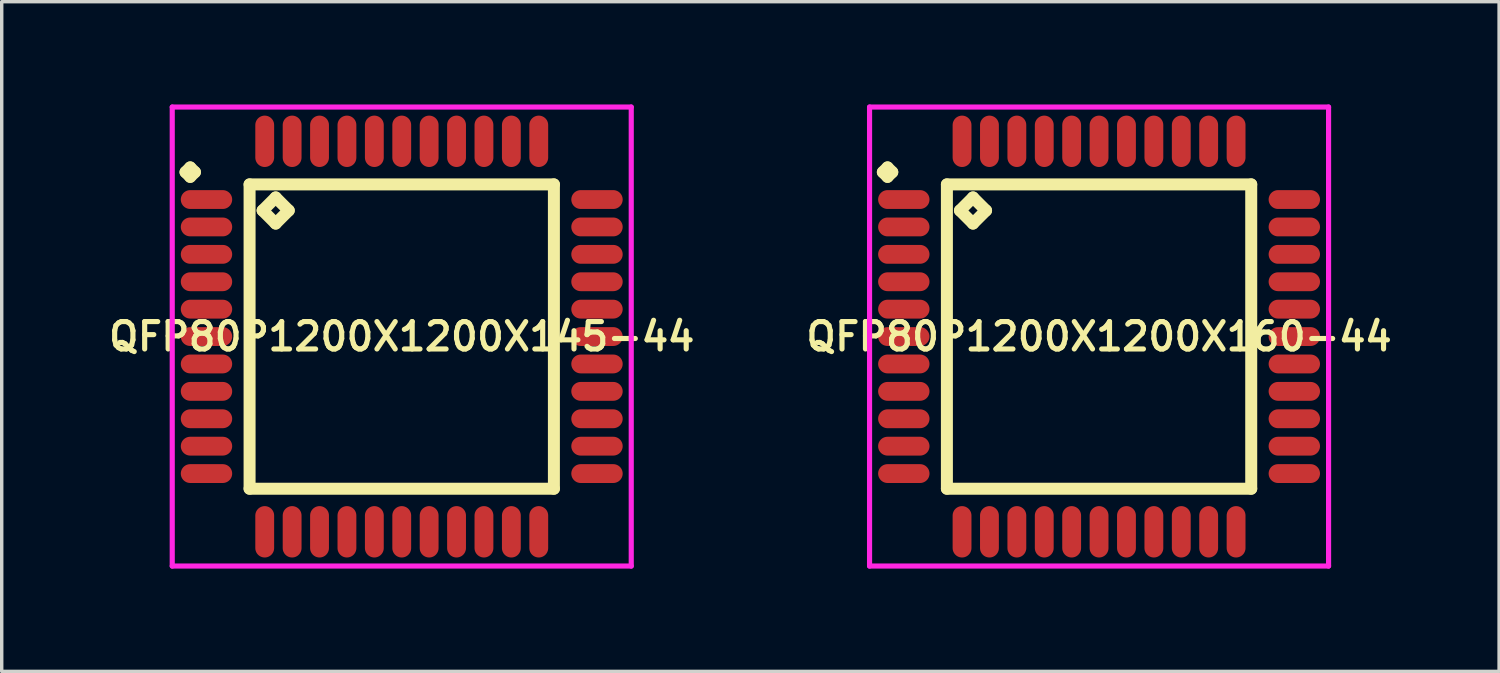
<source format=kicad_pcb>
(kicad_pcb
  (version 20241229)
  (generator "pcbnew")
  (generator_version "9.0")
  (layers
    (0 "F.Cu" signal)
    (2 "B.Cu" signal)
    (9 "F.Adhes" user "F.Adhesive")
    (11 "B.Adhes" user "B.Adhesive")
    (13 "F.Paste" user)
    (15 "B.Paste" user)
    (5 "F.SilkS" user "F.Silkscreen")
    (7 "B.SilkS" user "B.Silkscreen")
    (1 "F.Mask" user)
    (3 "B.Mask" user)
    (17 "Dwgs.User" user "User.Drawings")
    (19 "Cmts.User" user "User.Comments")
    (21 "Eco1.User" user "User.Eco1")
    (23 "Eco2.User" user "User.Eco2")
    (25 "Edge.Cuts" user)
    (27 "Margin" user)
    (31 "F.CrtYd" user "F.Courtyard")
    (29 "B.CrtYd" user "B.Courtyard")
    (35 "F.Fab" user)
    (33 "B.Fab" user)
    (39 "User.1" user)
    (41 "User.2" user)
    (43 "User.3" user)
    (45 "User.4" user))
  (footprint "QFP80P1200X1200X145-44"
    (layer "F.Cu")
    (at 8.678 6.775)
    (property "Reference" "QFP80P1200X1200X145-44" (at 0 0 0) (layer "F.SilkS") (effects (font (size 0.8 0.8) (thickness 0.15))))
    (attr smd)
    (fp_line (start -6.312 -4.8) (end -6.175 -4.938) (stroke (width 0.35) (type solid)) (layer "F.SilkS"))
    (fp_line (start -6.175 -4.938) (end -6.037 -4.8) (stroke (width 0.35) (type solid)) (layer "F.SilkS"))
    (fp_line (start -6.175 -4.662) (end -6.312 -4.8) (stroke (width 0.35) (type solid)) (layer "F.SilkS"))
    (fp_line (start -6.037 -4.8) (end -6.175 -4.662) (stroke (width 0.35) (type solid)) (layer "F.SilkS"))
    (fp_line (start -4.442 -4.442) (end -4.442 4.442) (stroke (width 0.35) (type solid)) (layer "F.SilkS"))
    (fp_line (start -4.442 4.442) (end 4.442 4.442) (stroke (width 0.35) (type solid)) (layer "F.SilkS"))
    (fp_line (start -4.061 -3.68) (end -3.68 -4.061) (stroke (width 0.35) (type solid)) (layer "F.SilkS"))
    (fp_line (start -3.68 -4.061) (end -3.299 -3.68) (stroke (width 0.35) (type solid)) (layer "F.SilkS"))
    (fp_line (start -3.68 -3.299) (end -4.061 -3.68) (stroke (width 0.35) (type solid)) (layer "F.SilkS"))
    (fp_line (start -3.299 -3.68) (end -3.68 -3.299) (stroke (width 0.35) (type solid)) (layer "F.SilkS"))
    (fp_line (start 4.442 -4.442) (end -4.442 -4.442) (stroke (width 0.35) (type solid)) (layer "F.SilkS"))
    (fp_line (start 4.442 4.442) (end 4.442 -4.442) (stroke (width 0.35) (type solid)) (layer "F.SilkS"))
    (fp_line (start -6.7 -6.7) (end 6.7 -6.7) (stroke (width 0.15) (type solid)) (layer "F.CrtYd"))
    (fp_line (start -6.7 6.7) (end -6.7 -6.7) (stroke (width 0.15) (type solid)) (layer "F.CrtYd"))
    (fp_line (start 6.7 -6.7) (end 6.7 6.7) (stroke (width 0.15) (type solid)) (layer "F.CrtYd"))
    (fp_line (start 6.7 6.7) (end -6.7 6.7) (stroke (width 0.15) (type solid)) (layer "F.CrtYd"))
    (pad "1" smd oval (at -5.7 -4) (size 1.5 0.55) (layers "F.Cu" "F.Mask" "F.Paste"))
    (pad "2" smd oval (at -5.7 -3.2) (size 1.5 0.55) (layers "F.Cu" "F.Mask" "F.Paste"))
    (pad "3" smd oval (at -5.7 -2.4) (size 1.5 0.55) (layers "F.Cu" "F.Mask" "F.Paste"))
    (pad "4" smd oval (at -5.7 -1.6) (size 1.5 0.55) (layers "F.Cu" "F.Mask" "F.Paste"))
    (pad "5" smd oval (at -5.7 -0.8) (size 1.5 0.55) (layers "F.Cu" "F.Mask" "F.Paste"))
    (pad "6" smd oval (at -5.7 0) (size 1.5 0.55) (layers "F.Cu" "F.Mask" "F.Paste"))
    (pad "7" smd oval (at -5.7 0.8) (size 1.5 0.55) (layers "F.Cu" "F.Mask" "F.Paste"))
    (pad "8" smd oval (at -5.7 1.6) (size 1.5 0.55) (layers "F.Cu" "F.Mask" "F.Paste"))
    (pad "9" smd oval (at -5.7 2.4) (size 1.5 0.55) (layers "F.Cu" "F.Mask" "F.Paste"))
    (pad "10" smd oval (at -5.7 3.2) (size 1.5 0.55) (layers "F.Cu" "F.Mask" "F.Paste"))
    (pad "11" smd oval (at -5.7 4) (size 1.5 0.55) (layers "F.Cu" "F.Mask" "F.Paste"))
    (pad "12" smd oval (at -4 5.7) (size 0.55 1.5) (layers "F.Cu" "F.Mask" "F.Paste"))
    (pad "13" smd oval (at -3.2 5.7) (size 0.55 1.5) (layers "F.Cu" "F.Mask" "F.Paste"))
    (pad "14" smd oval (at -2.4 5.7) (size 0.55 1.5) (layers "F.Cu" "F.Mask" "F.Paste"))
    (pad "15" smd oval (at -1.6 5.7) (size 0.55 1.5) (layers "F.Cu" "F.Mask" "F.Paste"))
    (pad "16" smd oval (at -0.8 5.7) (size 0.55 1.5) (layers "F.Cu" "F.Mask" "F.Paste"))
    (pad "17" smd oval (at 0 5.7) (size 0.55 1.5) (layers "F.Cu" "F.Mask" "F.Paste"))
    (pad "18" smd oval (at 0.8 5.7) (size 0.55 1.5) (layers "F.Cu" "F.Mask" "F.Paste"))
    (pad "19" smd oval (at 1.6 5.7) (size 0.55 1.5) (layers "F.Cu" "F.Mask" "F.Paste"))
    (pad "20" smd oval (at 2.4 5.7) (size 0.55 1.5) (layers "F.Cu" "F.Mask" "F.Paste"))
    (pad "21" smd oval (at 3.2 5.7) (size 0.55 1.5) (layers "F.Cu" "F.Mask" "F.Paste"))
    (pad "22" smd oval (at 4 5.7) (size 0.55 1.5) (layers "F.Cu" "F.Mask" "F.Paste"))
    (pad "23" smd oval (at 5.7 4) (size 1.5 0.55) (layers "F.Cu" "F.Mask" "F.Paste"))
    (pad "24" smd oval (at 5.7 3.2) (size 1.5 0.55) (layers "F.Cu" "F.Mask" "F.Paste"))
    (pad "25" smd oval (at 5.7 2.4) (size 1.5 0.55) (layers "F.Cu" "F.Mask" "F.Paste"))
    (pad "26" smd oval (at 5.7 1.6) (size 1.5 0.55) (layers "F.Cu" "F.Mask" "F.Paste"))
    (pad "27" smd oval (at 5.7 0.8) (size 1.5 0.55) (layers "F.Cu" "F.Mask" "F.Paste"))
    (pad "28" smd oval (at 5.7 0) (size 1.5 0.55) (layers "F.Cu" "F.Mask" "F.Paste"))
    (pad "29" smd oval (at 5.7 -0.8) (size 1.5 0.55) (layers "F.Cu" "F.Mask" "F.Paste"))
    (pad "30" smd oval (at 5.7 -1.6) (size 1.5 0.55) (layers "F.Cu" "F.Mask" "F.Paste"))
    (pad "31" smd oval (at 5.7 -2.4) (size 1.5 0.55) (layers "F.Cu" "F.Mask" "F.Paste"))
    (pad "32" smd oval (at 5.7 -3.2) (size 1.5 0.55) (layers "F.Cu" "F.Mask" "F.Paste"))
    (pad "33" smd oval (at 5.7 -4) (size 1.5 0.55) (layers "F.Cu" "F.Mask" "F.Paste"))
    (pad "34" smd oval (at 4 -5.7) (size 0.55 1.5) (layers "F.Cu" "F.Mask" "F.Paste"))
    (pad "35" smd oval (at 3.2 -5.7) (size 0.55 1.5) (layers "F.Cu" "F.Mask" "F.Paste"))
    (pad "36" smd oval (at 2.4 -5.7) (size 0.55 1.5) (layers "F.Cu" "F.Mask" "F.Paste"))
    (pad "37" smd oval (at 1.6 -5.7) (size 0.55 1.5) (layers "F.Cu" "F.Mask" "F.Paste"))
    (pad "38" smd oval (at 0.8 -5.7) (size 0.55 1.5) (layers "F.Cu" "F.Mask" "F.Paste"))
    (pad "39" smd oval (at 0 -5.7) (size 0.55 1.5) (layers "F.Cu" "F.Mask" "F.Paste"))
    (pad "40" smd oval (at -0.8 -5.7) (size 0.55 1.5) (layers "F.Cu" "F.Mask" "F.Paste"))
    (pad "41" smd oval (at -1.6 -5.7) (size 0.55 1.5) (layers "F.Cu" "F.Mask" "F.Paste"))
    (pad "42" smd oval (at -2.4 -5.7) (size 0.55 1.5) (layers "F.Cu" "F.Mask" "F.Paste"))
    (pad "43" smd oval (at -3.2 -5.7) (size 0.55 1.5) (layers "F.Cu" "F.Mask" "F.Paste"))
    (pad "44" smd oval (at -4 -5.7) (size 0.55 1.5) (layers "F.Cu" "F.Mask" "F.Paste")))
  (footprint "QFP80P1200X1200X160-44"
    (layer "F.Cu")
    (at 29.035 6.775)
    (property "Reference" "QFP80P1200X1200X160-44" (at 0 0 0) (layer "F.SilkS") (effects (font (size 0.8 0.8) (thickness 0.15))))
    (attr through_hole)
    (fp_line (start -6.312 -4.8) (end -6.175 -4.938) (stroke (width 0.35) (type solid)) (layer "F.SilkS"))
    (fp_line (start -6.175 -4.938) (end -6.037 -4.8) (stroke (width 0.35) (type solid)) (layer "F.SilkS"))
    (fp_line (start -6.175 -4.662) (end -6.312 -4.8) (stroke (width 0.35) (type solid)) (layer "F.SilkS"))
    (fp_line (start -6.037 -4.8) (end -6.175 -4.662) (stroke (width 0.35) (type solid)) (layer "F.SilkS"))
    (fp_line (start -4.442 -4.442) (end -4.442 4.442) (stroke (width 0.35) (type solid)) (layer "F.SilkS"))
    (fp_line (start -4.442 4.442) (end 4.442 4.442) (stroke (width 0.35) (type solid)) (layer "F.SilkS"))
    (fp_line (start -4.061 -3.68) (end -3.68 -4.061) (stroke (width 0.35) (type solid)) (layer "F.SilkS"))
    (fp_line (start -3.68 -4.061) (end -3.299 -3.68) (stroke (width 0.35) (type solid)) (layer "F.SilkS"))
    (fp_line (start -3.68 -3.299) (end -4.061 -3.68) (stroke (width 0.35) (type solid)) (layer "F.SilkS"))
    (fp_line (start -3.299 -3.68) (end -3.68 -3.299) (stroke (width 0.35) (type solid)) (layer "F.SilkS"))
    (fp_line (start 4.442 -4.442) (end -4.442 -4.442) (stroke (width 0.35) (type solid)) (layer "F.SilkS"))
    (fp_line (start 4.442 4.442) (end 4.442 -4.442) (stroke (width 0.35) (type solid)) (layer "F.SilkS"))
    (fp_line (start -6.7 -6.7) (end 6.7 -6.7) (stroke (width 0.15) (type solid)) (layer "F.CrtYd"))
    (fp_line (start -6.7 6.7) (end -6.7 -6.7) (stroke (width 0.15) (type solid)) (layer "F.CrtYd"))
    (fp_line (start 6.7 -6.7) (end 6.7 6.7) (stroke (width 0.15) (type solid)) (layer "F.CrtYd"))
    (fp_line (start 6.7 6.7) (end -6.7 6.7) (stroke (width 0.15) (type solid)) (layer "F.CrtYd"))
    (pad "1" smd oval (at -5.7 -4) (size 1.5 0.55) (layers "F.Cu" "F.Mask" "F.Paste"))
    (pad "2" smd oval (at -5.7 -3.2) (size 1.5 0.55) (layers "F.Cu" "F.Mask" "F.Paste"))
    (pad "3" smd oval (at -5.7 -2.4) (size 1.5 0.55) (layers "F.Cu" "F.Mask" "F.Paste"))
    (pad "4" smd oval (at -5.7 -1.6) (size 1.5 0.55) (layers "F.Cu" "F.Mask" "F.Paste"))
    (pad "5" smd oval (at -5.7 -0.8) (size 1.5 0.55) (layers "F.Cu" "F.Mask" "F.Paste"))
    (pad "6" smd oval (at -5.7 0) (size 1.5 0.55) (layers "F.Cu" "F.Mask" "F.Paste"))
    (pad "7" smd oval (at -5.7 0.8) (size 1.5 0.55) (layers "F.Cu" "F.Mask" "F.Paste"))
    (pad "8" smd oval (at -5.7 1.6) (size 1.5 0.55) (layers "F.Cu" "F.Mask" "F.Paste"))
    (pad "9" smd oval (at -5.7 2.4) (size 1.5 0.55) (layers "F.Cu" "F.Mask" "F.Paste"))
    (pad "10" smd oval (at -5.7 3.2) (size 1.5 0.55) (layers "F.Cu" "F.Mask" "F.Paste"))
    (pad "11" smd oval (at -5.7 4) (size 1.5 0.55) (layers "F.Cu" "F.Mask" "F.Paste"))
    (pad "12" smd oval (at -4 5.7) (size 0.55 1.5) (layers "F.Cu" "F.Mask" "F.Paste"))
    (pad "13" smd oval (at -3.2 5.7) (size 0.55 1.5) (layers "F.Cu" "F.Mask" "F.Paste"))
    (pad "14" smd oval (at -2.4 5.7) (size 0.55 1.5) (layers "F.Cu" "F.Mask" "F.Paste"))
    (pad "15" smd oval (at -1.6 5.7) (size 0.55 1.5) (layers "F.Cu" "F.Mask" "F.Paste"))
    (pad "16" smd oval (at -0.8 5.7) (size 0.55 1.5) (layers "F.Cu" "F.Mask" "F.Paste"))
    (pad "17" smd oval (at 0 5.7) (size 0.55 1.5) (layers "F.Cu" "F.Mask" "F.Paste"))
    (pad "18" smd oval (at 0.8 5.7) (size 0.55 1.5) (layers "F.Cu" "F.Mask" "F.Paste"))
    (pad "19" smd oval (at 1.6 5.7) (size 0.55 1.5) (layers "F.Cu" "F.Mask" "F.Paste"))
    (pad "20" smd oval (at 2.4 5.7) (size 0.55 1.5) (layers "F.Cu" "F.Mask" "F.Paste"))
    (pad "21" smd oval (at 3.2 5.7) (size 0.55 1.5) (layers "F.Cu" "F.Mask" "F.Paste"))
    (pad "22" smd oval (at 4 5.7) (size 0.55 1.5) (layers "F.Cu" "F.Mask" "F.Paste"))
    (pad "23" smd oval (at 5.7 4) (size 1.5 0.55) (layers "F.Cu" "F.Mask" "F.Paste"))
    (pad "24" smd oval (at 5.7 3.2) (size 1.5 0.55) (layers "F.Cu" "F.Mask" "F.Paste"))
    (pad "25" smd oval (at 5.7 2.4) (size 1.5 0.55) (layers "F.Cu" "F.Mask" "F.Paste"))
    (pad "26" smd oval (at 5.7 1.6) (size 1.5 0.55) (layers "F.Cu" "F.Mask" "F.Paste"))
    (pad "27" smd oval (at 5.7 0.8) (size 1.5 0.55) (layers "F.Cu" "F.Mask" "F.Paste"))
    (pad "28" smd oval (at 5.7 0) (size 1.5 0.55) (layers "F.Cu" "F.Mask" "F.Paste"))
    (pad "29" smd oval (at 5.7 -0.8) (size 1.5 0.55) (layers "F.Cu" "F.Mask" "F.Paste"))
    (pad "30" smd oval (at 5.7 -1.6) (size 1.5 0.55) (layers "F.Cu" "F.Mask" "F.Paste"))
    (pad "31" smd oval (at 5.7 -2.4) (size 1.5 0.55) (layers "F.Cu" "F.Mask" "F.Paste"))
    (pad "32" smd oval (at 5.7 -3.2) (size 1.5 0.55) (layers "F.Cu" "F.Mask" "F.Paste"))
    (pad "33" smd oval (at 5.7 -4) (size 1.5 0.55) (layers "F.Cu" "F.Mask" "F.Paste"))
    (pad "34" smd oval (at 4 -5.7) (size 0.55 1.5) (layers "F.Cu" "F.Mask" "F.Paste"))
    (pad "35" smd oval (at 3.2 -5.7) (size 0.55 1.5) (layers "F.Cu" "F.Mask" "F.Paste"))
    (pad "36" smd oval (at 2.4 -5.7) (size 0.55 1.5) (layers "F.Cu" "F.Mask" "F.Paste"))
    (pad "37" smd oval (at 1.6 -5.7) (size 0.55 1.5) (layers "F.Cu" "F.Mask" "F.Paste"))
    (pad "38" smd oval (at 0.8 -5.7) (size 0.55 1.5) (layers "F.Cu" "F.Mask" "F.Paste"))
    (pad "39" smd oval (at 0 -5.7) (size 0.55 1.5) (layers "F.Cu" "F.Mask" "F.Paste"))
    (pad "40" smd oval (at -0.8 -5.7) (size 0.55 1.5) (layers "F.Cu" "F.Mask" "F.Paste"))
    (pad "41" smd oval (at -1.6 -5.7) (size 0.55 1.5) (layers "F.Cu" "F.Mask" "F.Paste"))
    (pad "42" smd oval (at -2.4 -5.7) (size 0.55 1.5) (layers "F.Cu" "F.Mask" "F.Paste"))
    (pad "43" smd oval (at -3.2 -5.7) (size 0.55 1.5) (layers "F.Cu" "F.Mask" "F.Paste"))
    (pad "44" smd oval (at -4 -5.7) (size 0.55 1.5) (layers "F.Cu" "F.Mask" "F.Paste")))
  (gr_rect
    (start -3 -3)
    (end 40.713 16.55)
    (stroke (width 0.1) (type default))
    (fill no)
    (layer "Edge.Cuts")))
</source>
